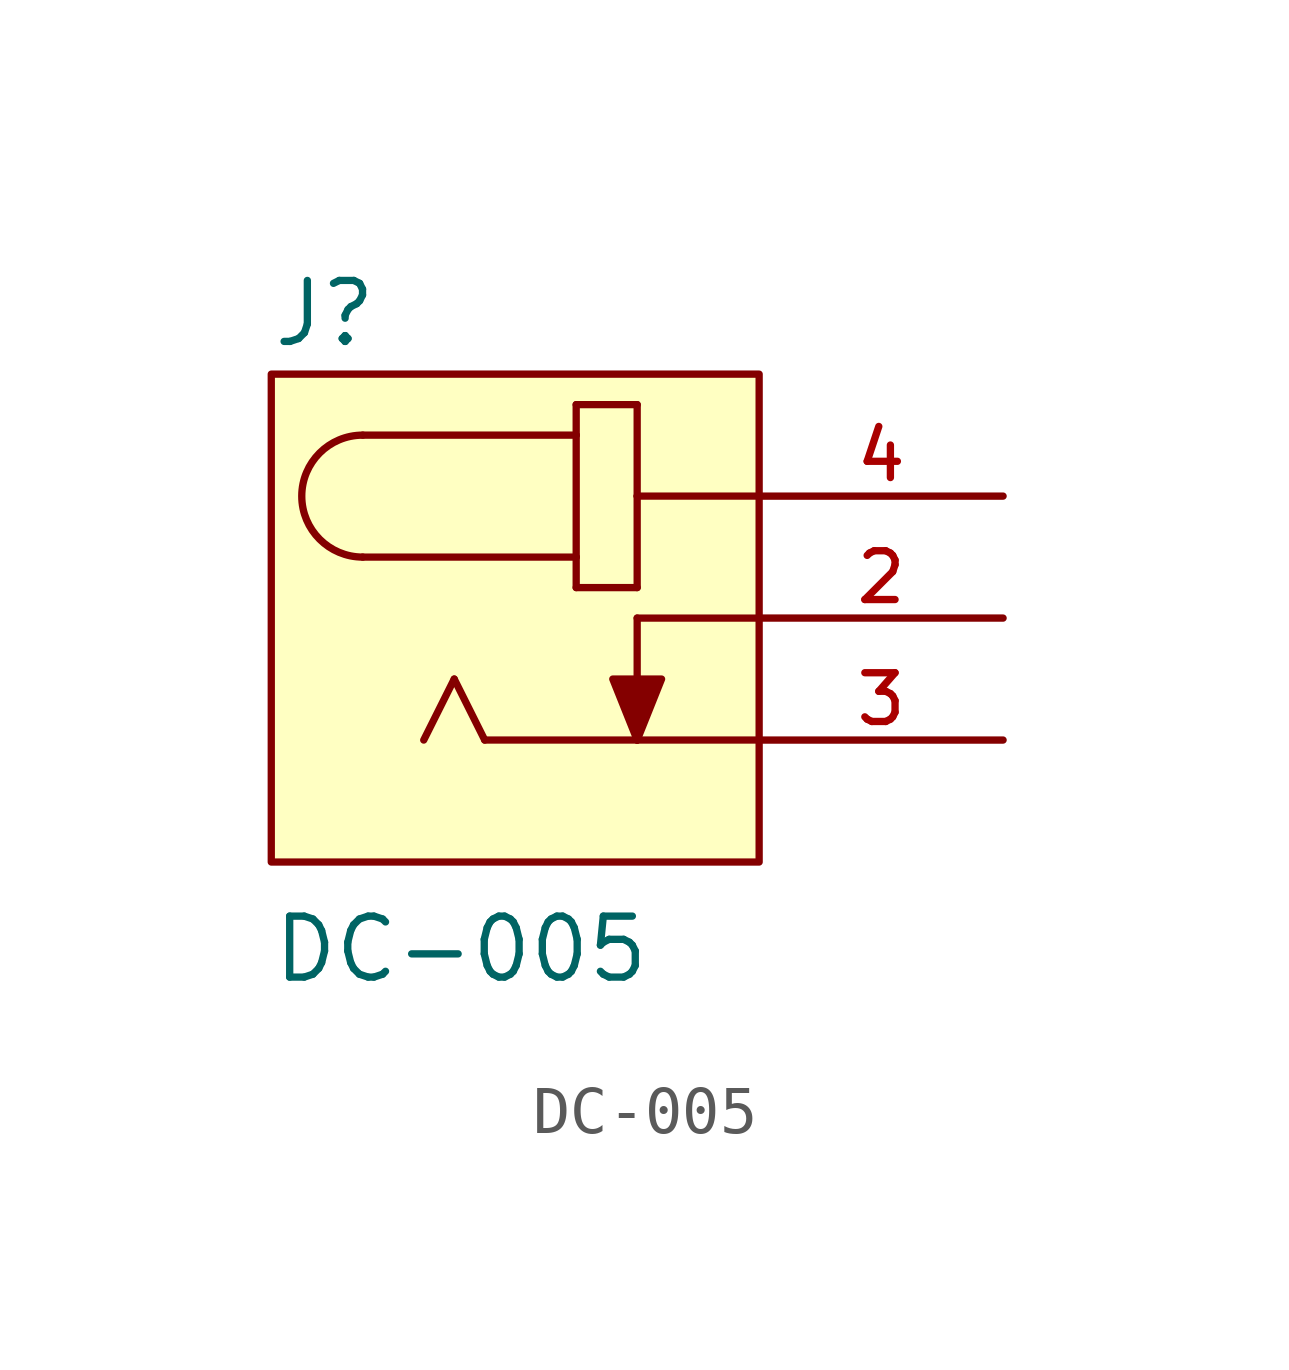
<source format=kicad_sym>
(kicad_symbol_lib
  (version 20211014)
  (generator kicad_symbol_editor)
  (symbol "DC-005"
    (pin_names
      (offset 1.016))
    (property "Reference" "J"
      (at -5.094 5.598 0)
      (effects (font (size 1.27 1.27)) (justify left bottom)))
    (property "Value" "DC-005"
      (at -5.099 -7.64 0)
      (effects (font (size 1.27 1.27)) (justify left bottom)))
    (symbol "DC-005_0_0"
      (rectangle (start -5.08 -5.08) (end 5.08 5.08) (stroke (width 0.152) (type default) (color 0 0 0 0)) (fill (type background)))
      (arc (start -3.175 3.81) (mid -4.445 2.54) (end -3.175 1.27) (stroke (width 0.1524) (type default) (color 0 0 0 0)) (fill (type none)))
      (polyline (pts (xy -3.175 3.81) (xy 1.27 3.81)) (stroke (width 0.152) (type default) (color 0 0 0 0)) (fill (type none)))
      (polyline (pts (xy -1.27 -1.27) (xy -1.905 -2.54)) (stroke (width 0.152) (type default) (color 0 0 0 0)) (fill (type none)))
      (polyline (pts (xy -0.635 -2.54) (xy -1.27 -1.27)) (stroke (width 0.152) (type default) (color 0 0 0 0)) (fill (type none)))
      (polyline (pts (xy 1.27 0.635) (xy 2.54 0.635)) (stroke (width 0.152) (type default) (color 0 0 0 0)) (fill (type none)))
      (polyline (pts (xy 1.27 1.27) (xy -3.175 1.27)) (stroke (width 0.152) (type default) (color 0 0 0 0)) (fill (type none)))
      (polyline (pts (xy 1.27 1.27) (xy 1.27 0.635)) (stroke (width 0.152) (type default) (color 0 0 0 0)) (fill (type none)))
      (polyline (pts (xy 1.27 3.81) (xy 1.27 1.27)) (stroke (width 0.152) (type default) (color 0 0 0 0)) (fill (type none)))
      (polyline (pts (xy 1.27 4.445) (xy 1.27 3.81)) (stroke (width 0.152) (type default) (color 0 0 0 0)) (fill (type none)))
      (polyline (pts (xy 2.54 -2.54) (xy -0.635 -2.54)) (stroke (width 0.152) (type default) (color 0 0 0 0)) (fill (type none)))
      (polyline (pts (xy 2.54 -2.54) (xy 5.08 -2.54)) (stroke (width 0.152) (type default) (color 0 0 0 0)) (fill (type none)))
      (polyline (pts (xy 2.54 0) (xy 2.54 -2.54)) (stroke (width 0.152) (type default) (color 0 0 0 0)) (fill (type none)))
      (polyline (pts (xy 2.54 0) (xy 5.08 0)) (stroke (width 0.152) (type default) (color 0 0 0 0)) (fill (type none)))
      (polyline (pts (xy 2.54 0.635) (xy 2.54 2.54)) (stroke (width 0.152) (type default) (color 0 0 0 0)) (fill (type none)))
      (polyline (pts (xy 2.54 2.54) (xy 2.54 4.445)) (stroke (width 0.152) (type default) (color 0 0 0 0)) (fill (type none)))
      (polyline (pts (xy 2.54 2.54) (xy 5.08 2.54)) (stroke (width 0.152) (type default) (color 0 0 0 0)) (fill (type none)))
      (polyline (pts (xy 2.54 4.445) (xy 1.27 4.445)) (stroke (width 0.152) (type default) (color 0 0 0 0)) (fill (type none)))
      (polyline (pts (xy 2.54 -2.54) (xy 2.032 -1.27) (xy 3.048 -1.27) (xy 2.54 -2.54)) (stroke (width 0.152) (type default) (color 0 0 0 0)) (fill (type outline)))
      (pin passive line (at 10.16 0 180) (length 5.08) (name "~" (effects (font (size 1.016 1.016)))) (number "2" (effects (font (size 1.016 1.016)))))
      (pin passive line (at 10.16 -2.54 180) (length 5.08) (name "~" (effects (font (size 1.016 1.016)))) (number "3" (effects (font (size 1.016 1.016)))))
      (pin passive line (at 10.16 2.54 180) (length 5.08) (name "~" (effects (font (size 1.016 1.016)))) (number "4" (effects (font (size 1.016 1.016))))))))
</source>
